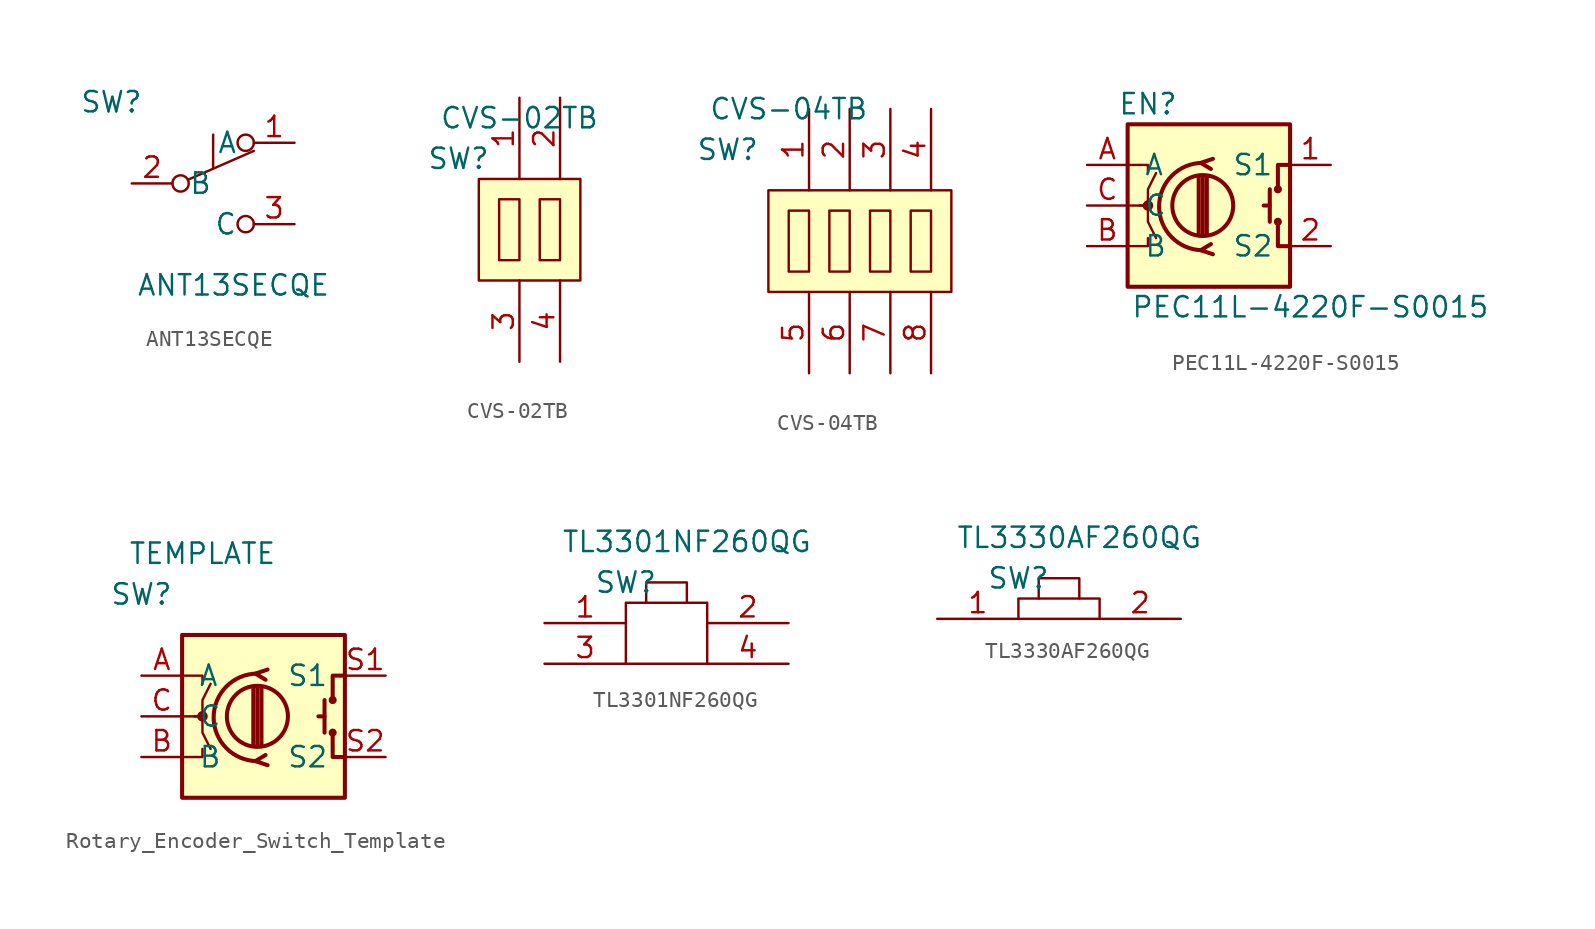
<source format=kicad_sym>
(kicad_symbol_lib
  (version 20231120)
  (generator "kicad_symbol_editor")
  (generator_version "8.0")
  (symbol "ANT13SECQE"
    (pin_names
      (offset 1.016))
    (property "Reference" "SW"
      (at -6.35 5.08 0)
      (effects (font (size 1.27 1.27))))
    (property "Value" "ANT13SECQE"
      (at 1.27 -6.35 0)
      (effects (font (size 1.27 1.27))))
    (symbol "ANT13SECQE_1_1"
      (circle (center -2.032 0) (radius 0.508) (stroke (width 0) (type default)) (fill (type none)))
      (polyline (pts (xy -1.524 0.254) (xy 2.54 2.032)) (stroke (width 0) (type default)) (fill (type none)))
      (polyline (pts (xy 0 1.016) (xy 0 3.048)) (stroke (width 0) (type default)) (fill (type none)))
      (circle (center 2.032 -2.54) (radius 0.508) (stroke (width 0) (type default)) (fill (type none)))
      (circle (center 2.032 2.54) (radius 0.508) (stroke (width 0) (type default)) (fill (type none)))
      (pin passive line (at 5.08 2.54 180) (length 2.54) (name "A" (effects (font (size 1.27 1.27)))) (number "1" (effects (font (size 1.27 1.27)))))
      (pin passive line (at -5.08 0 0) (length 2.54) (name "B" (effects (font (size 1.27 1.27)))) (number "2" (effects (font (size 1.27 1.27)))))
      (pin passive line (at 5.08 -2.54 180) (length 2.54) (name "C" (effects (font (size 1.27 1.27)))) (number "3" (effects (font (size 1.27 1.27)))))))
  (symbol "CVS-02TB"
    (pin_names
      (offset 1.016))
    (property "Reference" "SW"
      (at -2.54 2.54 0)
      (effects (font (size 1.27 1.27))))
    (property "Value" "CVS-02TB"
      (at 1.27 5.08 0)
      (effects (font (size 1.27 1.27))))
    (symbol "CVS-02TB_0_1"
      (rectangle (start -1.27 1.27) (end 5.08 -5.08) (stroke (width 0) (type default)) (fill (type background)))
      (rectangle (start 0 0) (end 1.27 -3.81) (stroke (width 0) (type default)) (fill (type none)))
      (rectangle (start 3.81 -3.81) (end 2.54 0) (stroke (width 0) (type default)) (fill (type none))))
    (symbol "CVS-02TB_1_1"
      (pin passive line (at 1.27 6.35 270) (length 5.08) (name "~" (effects (font (size 1.27 1.27)))) (number "1" (effects (font (size 1.27 1.27)))))
      (pin passive line (at 3.81 6.35 270) (length 5.08) (name "~" (effects (font (size 1.27 1.27)))) (number "2" (effects (font (size 1.27 1.27)))))
      (pin passive line (at 1.27 -10.16 90) (length 5.08) (name "~" (effects (font (size 1.27 1.27)))) (number "3" (effects (font (size 1.27 1.27)))))
      (pin passive line (at 3.81 -10.16 90) (length 5.08) (name "~" (effects (font (size 1.27 1.27)))) (number "4" (effects (font (size 1.27 1.27)))))))
  (symbol "CVS-04TB"
    (pin_names
      (offset 1.016))
    (property "Reference" "SW"
      (at -2.54 2.54 0)
      (effects (font (size 1.27 1.27))))
    (property "Value" "CVS-04TB"
      (at 1.27 5.08 0)
      (effects (font (size 1.27 1.27))))
    (symbol "CVS-04TB_0_1"
      (rectangle (start 0 0) (end 11.43 -6.35) (stroke (width 0) (type default)) (fill (type background)))
      (rectangle (start 1.27 -1.27) (end 2.54 -5.08) (stroke (width 0) (type default)) (fill (type none)))
      (rectangle (start 3.81 -1.27) (end 5.08 -5.08) (stroke (width 0) (type default)) (fill (type none)))
      (rectangle (start 6.35 -1.27) (end 7.62 -5.08) (stroke (width 0) (type default)) (fill (type none)))
      (rectangle (start 8.89 -1.27) (end 10.16 -5.08) (stroke (width 0) (type default)) (fill (type none))))
    (symbol "CVS-04TB_1_1"
      (pin passive line (at 2.54 5.08 270) (length 5.08) (name "~" (effects (font (size 1.27 1.27)))) (number "1" (effects (font (size 1.27 1.27)))))
      (pin passive line (at 5.08 5.08 270) (length 5.08) (name "~" (effects (font (size 1.27 1.27)))) (number "2" (effects (font (size 1.27 1.27)))))
      (pin passive line (at 7.62 5.08 270) (length 5.08) (name "~" (effects (font (size 1.27 1.27)))) (number "3" (effects (font (size 1.27 1.27)))))
      (pin passive line (at 10.16 5.08 270) (length 5.08) (name "~" (effects (font (size 1.27 1.27)))) (number "4" (effects (font (size 1.27 1.27)))))
      (pin passive line (at 2.54 -11.43 90) (length 5.08) (name "~" (effects (font (size 1.27 1.27)))) (number "5" (effects (font (size 1.27 1.27)))))
      (pin passive line (at 5.08 -11.43 90) (length 5.08) (name "~" (effects (font (size 1.27 1.27)))) (number "6" (effects (font (size 1.27 1.27)))))
      (pin passive line (at 7.62 -11.43 90) (length 5.08) (name "~" (effects (font (size 1.27 1.27)))) (number "7" (effects (font (size 1.27 1.27)))))
      (pin passive line (at 10.16 -11.43 90) (length 5.08) (name "~" (effects (font (size 1.27 1.27)))) (number "8" (effects (font (size 1.27 1.27)))))))
  (symbol "PEC11L-4220F-S0015"
    (pin_names
      (offset 1.016))
    (property "Reference" "EN"
      (at 1.27 1.27 0)
      (effects (font (size 1.27 1.27))))
    (property "Value" "PEC11L-4220F-S0015"
      (at 11.43 -11.43 0)
      (effects (font (size 1.27 1.27))))
    (symbol "PEC11L-4220F-S0015_0_1"
      (polyline (pts (xy 4.445 -6.858) (xy 4.445 -3.302)) (stroke (width 0.254) (type default)) (fill (type none)))
      (polyline (pts (xy 4.699 -6.858) (xy 4.699 -3.302)) (stroke (width 0.254) (type default)) (fill (type none)))
      (polyline (pts (xy 4.953 -3.302) (xy 4.953 -6.858)) (stroke (width 0.254) (type default)) (fill (type none)))
      (polyline (pts (xy 8.89 -5.08) (xy 8.509 -5.08)) (stroke (width 0.254) (type default)) (fill (type none)))
      (polyline (pts (xy 8.89 -4.064) (xy 8.89 -6.096)) (stroke (width 0.254) (type default)) (fill (type none)))
      (polyline (pts (xy 0 -7.62) (xy 1.27 -7.62) (xy 1.27 -7.112)) (stroke (width 0) (type default)) (fill (type none)))
      (polyline (pts (xy 0 -2.54) (xy 1.27 -2.54) (xy 1.27 -3.048)) (stroke (width 0) (type default)) (fill (type none)))
      (polyline (pts (xy 5.334 -8.128) (xy 4.572 -7.874) (xy 5.207 -7.493)) (stroke (width 0.254) (type default)) (fill (type none)))
      (polyline (pts (xy 5.334 -2.159) (xy 4.572 -2.413) (xy 5.207 -2.794)) (stroke (width 0.254) (type default)) (fill (type none)))
      (polyline (pts (xy 10.16 -7.62) (xy 9.398 -7.62) (xy 9.398 -6.096)) (stroke (width 0.254) (type default)) (fill (type none)))
      (polyline (pts (xy 10.16 -2.54) (xy 9.398 -2.54) (xy 9.398 -4.064)) (stroke (width 0.254) (type default)) (fill (type none)))
      (polyline (pts (xy 0 -5.08) (xy 1.27 -5.08) (xy 1.27 -6.096) (xy 1.778 -7.112)) (stroke (width 0) (type default)) (fill (type none)))
      (polyline (pts (xy 0.762 -5.08) (xy 1.27 -5.08) (xy 1.27 -4.064) (xy 1.778 -3.048)) (stroke (width 0) (type default)) (fill (type none)))
      (rectangle (start 0 0) (end 10.16 -10.16) (stroke (width 0.254) (type default)) (fill (type background)))
      (circle (center 1.27 -5.08) (radius 0.254) (stroke (width 0) (type default)) (fill (type outline)))
      (circle (center 4.699 -5.08) (radius 1.905) (stroke (width 0.254) (type default)) (fill (type none)))
      (arc (start 4.699 -2.413) (mid 1.9812 -5.1435) (end 4.699 -7.874) (stroke (width 0.254) (type default)) (fill (type none)))
      (circle (center 9.398 -6.096) (radius 0.127) (stroke (width 0.254) (type default)) (fill (type none)))
      (circle (center 9.398 -4.064) (radius 0.127) (stroke (width 0.254) (type default)) (fill (type none))))
    (symbol "PEC11L-4220F-S0015_1_1"
      (pin passive line (at 12.7 -2.54 180) (length 2.54) (name "S1" (effects (font (size 1.27 1.27)))) (number "1" (effects (font (size 1.27 1.27)))))
      (pin passive line (at 12.7 -7.62 180) (length 2.54) (name "S2" (effects (font (size 1.27 1.27)))) (number "2" (effects (font (size 1.27 1.27)))))
      (pin passive line (at -2.54 -2.54 0) (length 2.54) (name "A" (effects (font (size 1.27 1.27)))) (number "A" (effects (font (size 1.27 1.27)))))
      (pin passive line (at -2.54 -7.62 0) (length 2.54) (name "B" (effects (font (size 1.27 1.27)))) (number "B" (effects (font (size 1.27 1.27)))))
      (pin passive line (at -2.54 -5.08 0) (length 2.54) (name "C" (effects (font (size 1.27 1.27)))) (number "C" (effects (font (size 1.27 1.27)))))))
  (symbol "Rotary_Encoder_Switch_Template"
    (pin_names
      (offset 1.016))
    (property "Reference" "SW"
      (at -2.54 2.54 0)
      (effects (font (size 1.27 1.27))))
    (property "Value" "TEMPLATE"
      (at 1.27 5.08 0)
      (effects (font (size 1.27 1.27))))
    (symbol "Rotary_Encoder_Switch_Template_0_1"
      (polyline (pts (xy 4.445 -6.858) (xy 4.445 -3.302)) (stroke (width 0.254) (type default)) (fill (type none)))
      (polyline (pts (xy 4.699 -6.858) (xy 4.699 -3.302)) (stroke (width 0.254) (type default)) (fill (type none)))
      (polyline (pts (xy 4.953 -3.302) (xy 4.953 -6.858)) (stroke (width 0.254) (type default)) (fill (type none)))
      (polyline (pts (xy 8.89 -5.08) (xy 8.509 -5.08)) (stroke (width 0.254) (type default)) (fill (type none)))
      (polyline (pts (xy 8.89 -4.064) (xy 8.89 -6.096)) (stroke (width 0.254) (type default)) (fill (type none)))
      (polyline (pts (xy 0 -7.62) (xy 1.27 -7.62) (xy 1.27 -7.112)) (stroke (width 0) (type default)) (fill (type none)))
      (polyline (pts (xy 0 -2.54) (xy 1.27 -2.54) (xy 1.27 -3.048)) (stroke (width 0) (type default)) (fill (type none)))
      (polyline (pts (xy 5.334 -8.128) (xy 4.572 -7.874) (xy 5.207 -7.493)) (stroke (width 0.254) (type default)) (fill (type none)))
      (polyline (pts (xy 5.334 -2.159) (xy 4.572 -2.413) (xy 5.207 -2.794)) (stroke (width 0.254) (type default)) (fill (type none)))
      (polyline (pts (xy 10.16 -7.62) (xy 9.398 -7.62) (xy 9.398 -6.096)) (stroke (width 0.254) (type default)) (fill (type none)))
      (polyline (pts (xy 10.16 -2.54) (xy 9.398 -2.54) (xy 9.398 -4.064)) (stroke (width 0.254) (type default)) (fill (type none)))
      (polyline (pts (xy 0 -5.08) (xy 1.27 -5.08) (xy 1.27 -6.096) (xy 1.778 -7.112)) (stroke (width 0) (type default)) (fill (type none)))
      (polyline (pts (xy 0.762 -5.08) (xy 1.27 -5.08) (xy 1.27 -4.064) (xy 1.778 -3.048)) (stroke (width 0) (type default)) (fill (type none)))
      (rectangle (start 0 0) (end 10.16 -10.16) (stroke (width 0.254) (type default)) (fill (type background)))
      (circle (center 1.27 -5.08) (radius 0.254) (stroke (width 0) (type default)) (fill (type outline)))
      (circle (center 4.699 -5.08) (radius 1.905) (stroke (width 0.254) (type default)) (fill (type none)))
      (arc (start 4.699 -2.413) (mid 1.9812 -5.1435) (end 4.699 -7.874) (stroke (width 0.254) (type default)) (fill (type none)))
      (circle (center 9.398 -6.096) (radius 0.127) (stroke (width 0.254) (type default)) (fill (type none)))
      (circle (center 9.398 -4.064) (radius 0.127) (stroke (width 0.254) (type default)) (fill (type none))))
    (symbol "Rotary_Encoder_Switch_Template_1_1"
      (pin passive line (at -2.54 -2.54 0) (length 2.54) (name "A" (effects (font (size 1.27 1.27)))) (number "A" (effects (font (size 1.27 1.27)))))
      (pin passive line (at -2.54 -7.62 0) (length 2.54) (name "B" (effects (font (size 1.27 1.27)))) (number "B" (effects (font (size 1.27 1.27)))))
      (pin passive line (at -2.54 -5.08 0) (length 2.54) (name "C" (effects (font (size 1.27 1.27)))) (number "C" (effects (font (size 1.27 1.27)))))
      (pin passive line (at 12.7 -2.54 180) (length 2.54) (name "S1" (effects (font (size 1.27 1.27)))) (number "S1" (effects (font (size 1.27 1.27)))))
      (pin passive line (at 12.7 -7.62 180) (length 2.54) (name "S2" (effects (font (size 1.27 1.27)))) (number "S2" (effects (font (size 1.27 1.27)))))))
  (symbol "TL3301NF260QG"
    (pin_names
      (offset 1.016))
    (property "Reference" "SW"
      (at -2.54 2.54 0)
      (effects (font (size 1.27 1.27))))
    (property "Value" "TL3301NF260QG"
      (at 1.27 5.08 0)
      (effects (font (size 1.27 1.27))))
    (symbol "TL3301NF260QG_0_1"
      (rectangle (start -2.54 1.27) (end 2.54 -2.54) (stroke (width 0) (type default)) (fill (type none))))
    (symbol "TL3301NF260QG_1_1"
      (polyline (pts (xy -1.27 1.27) (xy -1.27 2.54) (xy 1.27 2.54) (xy 1.27 1.27)) (stroke (width 0) (type default)) (fill (type none)))
      (pin passive line (at -7.62 0 0) (length 5.08) (name "~" (effects (font (size 1.27 1.27)))) (number "1" (effects (font (size 1.27 1.27)))))
      (pin passive line (at 7.62 0 180) (length 5.08) (name "~" (effects (font (size 1.27 1.27)))) (number "2" (effects (font (size 1.27 1.27)))))
      (pin passive line (at -7.62 -2.54 0) (length 5.08) (name "~" (effects (font (size 1.27 1.27)))) (number "3" (effects (font (size 1.27 1.27)))))
      (pin passive line (at 7.62 -2.54 180) (length 5.08) (name "~" (effects (font (size 1.27 1.27)))) (number "4" (effects (font (size 1.27 1.27)))))))
  (symbol "TL3330AF260QG"
    (pin_names
      (offset 1.016))
    (property "Reference" "SW"
      (at -2.54 2.54 0)
      (effects (font (size 1.27 1.27))))
    (property "Value" "TL3330AF260QG"
      (at 1.27 5.08 0)
      (effects (font (size 1.27 1.27))))
    (symbol "TL3330AF260QG_0_1"
      (rectangle (start -2.54 1.27) (end 2.54 0) (stroke (width 0) (type default)) (fill (type none))))
    (symbol "TL3330AF260QG_1_1"
      (polyline (pts (xy -1.27 1.27) (xy -1.27 2.54) (xy 1.27 2.54) (xy 1.27 1.27)) (stroke (width 0) (type default)) (fill (type none)))
      (pin passive line (at -7.62 0 0) (length 5.08) (name "~" (effects (font (size 1.27 1.27)))) (number "1" (effects (font (size 1.27 1.27)))))
      (pin passive line (at 7.62 0 180) (length 5.08) (name "~" (effects (font (size 1.27 1.27)))) (number "2" (effects (font (size 1.27 1.27))))))))
</source>
